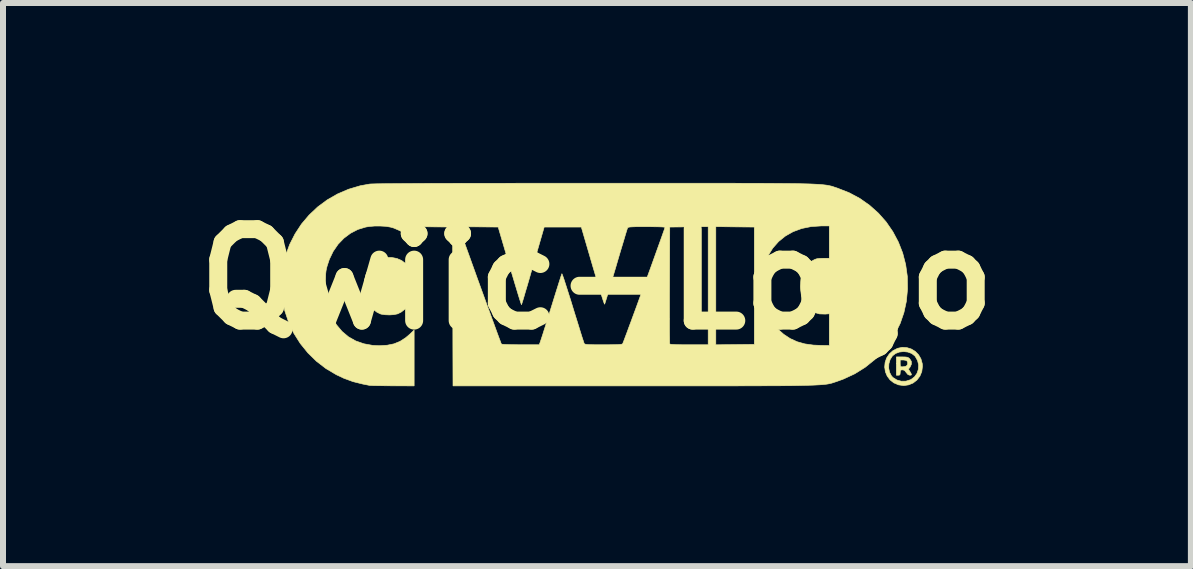
<source format=kicad_pcb>
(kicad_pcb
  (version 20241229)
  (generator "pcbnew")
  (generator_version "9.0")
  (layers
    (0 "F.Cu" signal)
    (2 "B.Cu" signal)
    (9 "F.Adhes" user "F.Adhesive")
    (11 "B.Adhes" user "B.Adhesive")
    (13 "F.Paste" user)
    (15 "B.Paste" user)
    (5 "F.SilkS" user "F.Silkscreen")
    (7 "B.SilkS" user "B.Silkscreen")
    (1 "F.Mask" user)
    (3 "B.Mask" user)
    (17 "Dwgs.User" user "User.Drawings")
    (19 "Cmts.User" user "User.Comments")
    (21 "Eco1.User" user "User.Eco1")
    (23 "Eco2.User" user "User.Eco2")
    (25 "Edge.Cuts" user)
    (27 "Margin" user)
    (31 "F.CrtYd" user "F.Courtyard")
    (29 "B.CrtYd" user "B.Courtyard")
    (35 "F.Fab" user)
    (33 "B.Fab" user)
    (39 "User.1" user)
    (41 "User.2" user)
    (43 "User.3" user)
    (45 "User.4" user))
  (footprint "Qwiic-Logo"
    (layer "F.Cu")
    (at 6.902 1.605)
    (property "Reference" "Qwiic-Logo" (at 0 0 0) (layer "F.SilkS") (effects (font (size 1.524 1.524) (thickness 0.3))))
    (attr through_hole)
    (fp_poly (pts (xy -3.335 -0.346) (xy -3.254 -0.31) (xy -3.186 -0.258) (xy -3.176 -0.247) (xy -3.118 -0.162) (xy -3.077 -0.063) (xy -3.055 0.044) (xy -3.052 0.156) (xy -3.068 0.266) (xy -3.104 0.371) (xy -3.106 0.375) (xy -3.146 0.439) (xy -3.202 0.499) (xy -3.265 0.548) (xy -3.323 0.577) (xy -3.384 0.59) (xy -3.457 0.595) (xy -3.532 0.592) (xy -3.598 0.582) (xy -3.615 0.576) (xy -3.671 0.548) (xy -3.729 0.503) (xy -3.781 0.45) (xy -3.816 0.402) (xy -3.856 0.312) (xy -3.879 0.214) (xy -3.884 0.112) (xy -3.874 0.01) (xy -3.848 -0.087) (xy -3.807 -0.175) (xy -3.754 -0.249) (xy -3.688 -0.304) (xy -3.606 -0.343) (xy -3.516 -0.363) (xy -3.424 -0.363) (xy -3.335 -0.346)) (stroke (width 0.01) (type solid)) (fill yes) (layer "F.SilkS"))
    (fp_poly (pts (xy 5.138 1.296) (xy 5.171 1.3) (xy 5.193 1.309) (xy 5.212 1.325) (xy 5.214 1.327) (xy 5.24 1.368) (xy 5.242 1.415) (xy 5.221 1.462) (xy 5.219 1.465) (xy 5.192 1.499) (xy 5.219 1.541) (xy 5.238 1.575) (xy 5.243 1.593) (xy 5.233 1.599) (xy 5.214 1.6) (xy 5.185 1.59) (xy 5.157 1.557) (xy 5.156 1.556) (xy 5.132 1.525) (xy 5.106 1.512) (xy 5.092 1.511) (xy 5.067 1.514) (xy 5.057 1.527) (xy 5.055 1.556) (xy 5.052 1.586) (xy 5.042 1.598) (xy 5.023 1.6) (xy 4.991 1.6) (xy 4.991 1.346) (xy 5.055 1.346) (xy 5.055 1.403) (xy 5.056 1.438) (xy 5.062 1.455) (xy 5.078 1.46) (xy 5.094 1.46) (xy 5.13 1.456) (xy 5.157 1.447) (xy 5.177 1.424) (xy 5.181 1.392) (xy 5.168 1.363) (xy 5.166 1.361) (xy 5.144 1.351) (xy 5.11 1.346) (xy 5.103 1.346) (xy 5.055 1.346) (xy 4.991 1.346) (xy 4.991 1.295) (xy 5.087 1.295) (xy 5.138 1.296)) (stroke (width 0.01) (type solid)) (fill yes) (layer "F.SilkS"))
    (fp_poly (pts (xy 5.166 1.14) (xy 5.24 1.163) (xy 5.306 1.203) (xy 5.361 1.259) (xy 5.401 1.328) (xy 5.423 1.408) (xy 5.426 1.452) (xy 5.415 1.539) (xy 5.383 1.616) (xy 5.333 1.681) (xy 5.27 1.73) (xy 5.195 1.761) (xy 5.114 1.773) (xy 5.028 1.761) (xy 5.027 1.761) (xy 4.948 1.727) (xy 4.885 1.677) (xy 4.838 1.614) (xy 4.808 1.543) (xy 4.799 1.482) (xy 4.863 1.482) (xy 4.878 1.552) (xy 4.91 1.613) (xy 4.936 1.64) (xy 5 1.68) (xy 5.074 1.7) (xy 5.151 1.699) (xy 5.225 1.676) (xy 5.234 1.672) (xy 5.293 1.628) (xy 5.335 1.569) (xy 5.358 1.501) (xy 5.362 1.429) (xy 5.345 1.357) (xy 5.308 1.291) (xy 5.298 1.278) (xy 5.247 1.238) (xy 5.183 1.214) (xy 5.112 1.206) (xy 5.041 1.214) (xy 4.977 1.238) (xy 4.926 1.278) (xy 4.926 1.278) (xy 4.887 1.339) (xy 4.866 1.41) (xy 4.863 1.482) (xy 4.799 1.482) (xy 4.796 1.466) (xy 4.803 1.389) (xy 4.828 1.314) (xy 4.873 1.246) (xy 4.934 1.191) (xy 5.01 1.152) (xy 5.088 1.135) (xy 5.166 1.14)) (stroke (width 0.01) (type solid)) (fill yes) (layer "F.SilkS"))
    (fp_poly (pts (xy 1.561 -1.6) (xy 1.815 -1.6) (xy 2.05 -1.6) (xy 2.265 -1.6) (xy 2.462 -1.599) (xy 2.641 -1.599) (xy 2.804 -1.598) (xy 2.952 -1.597) (xy 3.085 -1.596) (xy 3.204 -1.595) (xy 3.31 -1.594) (xy 3.404 -1.592) (xy 3.487 -1.59) (xy 3.56 -1.588) (xy 3.624 -1.585) (xy 3.679 -1.582) (xy 3.727 -1.579) (xy 3.769 -1.575) (xy 3.804 -1.571) (xy 3.835 -1.567) (xy 3.862 -1.562) (xy 3.885 -1.557) (xy 3.907 -1.552) (xy 3.928 -1.546) (xy 3.948 -1.539) (xy 3.968 -1.532) (xy 3.99 -1.525) (xy 4.013 -1.517) (xy 4.204 -1.442) (xy 4.382 -1.347) (xy 4.544 -1.233) (xy 4.691 -1.102) (xy 4.821 -0.955) (xy 4.932 -0.794) (xy 5.024 -0.621) (xy 5.096 -0.438) (xy 5.146 -0.245) (xy 5.174 -0.045) (xy 5.177 0.161) (xy 5.177 0.165) (xy 5.158 0.367) (xy 5.117 0.556) (xy 5.055 0.736) (xy 4.969 0.911) (xy 4.896 1.029) (xy 4.772 1.193) (xy 4.63 1.34) (xy 4.471 1.468) (xy 4.298 1.576) (xy 4.111 1.663) (xy 4.024 1.695) (xy 3.998 1.704) (xy 3.975 1.712) (xy 3.953 1.719) (xy 3.932 1.726) (xy 3.91 1.733) (xy 3.886 1.738) (xy 3.86 1.744) (xy 3.831 1.749) (xy 3.796 1.753) (xy 3.757 1.757) (xy 3.711 1.76) (xy 3.657 1.763) (xy 3.595 1.766) (xy 3.523 1.768) (xy 3.441 1.77) (xy 3.348 1.772) (xy 3.242 1.774) (xy 3.122 1.775) (xy 2.989 1.776) (xy 2.839 1.776) (xy 2.674 1.777) (xy 2.49 1.777) (xy 2.289 1.778) (xy 2.068 1.778) (xy 1.826 1.778) (xy 1.564 1.778) (xy 1.278 1.778) (xy 0.97 1.778) (xy 0.637 1.778) (xy 0.626 1.778) (xy -2.4 1.778) (xy -2.402 1.093) (xy 1.981 1.093) (xy 2.623 1.086) (xy 2.623 0.125) (xy 2.738 0.125) (xy 2.742 0.234) (xy 2.753 0.333) (xy 2.767 0.4) (xy 2.811 0.533) (xy 2.869 0.65) (xy 2.944 0.755) (xy 3.009 0.826) (xy 3.113 0.918) (xy 3.221 0.989) (xy 3.337 1.042) (xy 3.465 1.078) (xy 3.608 1.098) (xy 3.731 1.103) (xy 3.873 1.105) (xy 3.873 0.576) (xy 3.805 0.581) (xy 3.709 0.578) (xy 3.622 0.553) (xy 3.547 0.507) (xy 3.485 0.442) (xy 3.437 0.359) (xy 3.406 0.26) (xy 3.392 0.148) (xy 3.391 0.114) (xy 3.4 -0.006) (xy 3.427 -0.11) (xy 3.472 -0.198) (xy 3.534 -0.268) (xy 3.595 -0.311) (xy 3.634 -0.331) (xy 3.668 -0.342) (xy 3.707 -0.347) (xy 3.762 -0.349) (xy 3.769 -0.349) (xy 3.873 -0.349) (xy 3.873 -0.889) (xy 3.741 -0.889) (xy 3.571 -0.878) (xy 3.414 -0.846) (xy 3.27 -0.793) (xy 3.142 -0.721) (xy 3.028 -0.629) (xy 2.931 -0.519) (xy 2.851 -0.39) (xy 2.789 -0.245) (xy 2.767 -0.171) (xy 2.751 -0.086) (xy 2.741 0.016) (xy 2.738 0.125) (xy 2.623 0.125) (xy 2.623 -0.87) (xy 2.302 -0.873) (xy 1.981 -0.877) (xy 1.981 1.093) (xy -2.402 1.093) (xy -2.403 0.454) (xy -2.407 -0.864) (xy -2.299 -0.864) (xy -2.294 -0.85) (xy -2.282 -0.815) (xy -2.263 -0.761) (xy -2.237 -0.689) (xy -2.206 -0.602) (xy -2.17 -0.502) (xy -2.13 -0.391) (xy -2.087 -0.271) (xy -2.042 -0.146) (xy -1.995 -0.015) (xy -1.947 0.117) (xy -1.899 0.249) (xy -1.852 0.378) (xy -1.806 0.503) (xy -1.763 0.622) (xy -1.723 0.731) (xy -1.687 0.83) (xy -1.656 0.915) (xy -1.63 0.985) (xy -1.61 1.037) (xy -1.598 1.07) (xy -1.593 1.08) (xy -1.579 1.084) (xy -1.542 1.087) (xy -1.485 1.089) (xy -1.411 1.091) (xy -1.324 1.092) (xy -1.275 1.092) (xy -0.964 1.092) (xy -0.947 1.051) (xy -0.94 1.03) (xy -0.926 0.988) (xy -0.906 0.927) (xy -0.882 0.85) (xy -0.853 0.759) (xy -0.821 0.657) (xy -0.787 0.547) (xy -0.761 0.464) (xy -0.726 0.351) (xy -0.693 0.245) (xy -0.663 0.15) (xy -0.637 0.067) (xy -0.615 -0.002) (xy -0.599 -0.052) (xy -0.588 -0.083) (xy -0.585 -0.092) (xy -0.58 -0.082) (xy -0.568 -0.05) (xy -0.55 0.001) (xy -0.528 0.07) (xy -0.501 0.154) (xy -0.47 0.251) (xy -0.436 0.358) (xy -0.401 0.473) (xy -0.401 0.473) (xy -0.365 0.59) (xy -0.331 0.699) (xy -0.3 0.799) (xy -0.273 0.887) (xy -0.25 0.961) (xy -0.231 1.018) (xy -0.219 1.055) (xy -0.214 1.07) (xy -0.208 1.077) (xy -0.198 1.082) (xy -0.18 1.086) (xy -0.151 1.089) (xy -0.107 1.091) (xy -0.047 1.092) (xy 0.033 1.092) (xy 0.108 1.092) (xy 0.212 1.092) (xy 0.293 1.091) (xy 0.353 1.089) (xy 0.394 1.086) (xy 0.418 1.082) (xy 0.427 1.077) (xy 0.434 1.061) (xy 0.449 1.023) (xy 0.47 0.967) (xy 0.498 0.893) (xy 0.53 0.805) (xy 0.568 0.704) (xy 0.609 0.592) (xy 0.63 0.535) (xy 1.209 0.535) (xy 1.209 0.662) (xy 1.209 0.776) (xy 1.209 0.874) (xy 1.21 0.955) (xy 1.211 1.017) (xy 1.211 1.058) (xy 1.212 1.076) (xy 1.212 1.076) (xy 1.22 1.082) (xy 1.242 1.086) (xy 1.279 1.088) (xy 1.334 1.091) (xy 1.409 1.092) (xy 1.507 1.092) (xy 1.536 1.092) (xy 1.854 1.092) (xy 1.854 -0.877) (xy 1.534 -0.873) (xy 1.213 -0.87) (xy 1.21 0.095) (xy 1.209 0.25) (xy 1.209 0.397) (xy 1.209 0.535) (xy 0.63 0.535) (xy 0.653 0.473) (xy 0.699 0.346) (xy 0.746 0.216) (xy 0.794 0.084) (xy 0.842 -0.047) (xy 0.889 -0.176) (xy 0.934 -0.301) (xy 0.976 -0.418) (xy 1.015 -0.527) (xy 1.05 -0.624) (xy 1.08 -0.708) (xy 1.104 -0.776) (xy 1.122 -0.827) (xy 1.132 -0.858) (xy 1.134 -0.867) (xy 1.121 -0.869) (xy 1.085 -0.872) (xy 1.031 -0.874) (xy 0.963 -0.875) (xy 0.883 -0.876) (xy 0.825 -0.876) (xy 0.729 -0.876) (xy 0.655 -0.876) (xy 0.601 -0.874) (xy 0.562 -0.872) (xy 0.537 -0.869) (xy 0.522 -0.865) (xy 0.513 -0.859) (xy 0.51 -0.854) (xy 0.504 -0.838) (xy 0.492 -0.8) (xy 0.474 -0.742) (xy 0.452 -0.667) (xy 0.425 -0.577) (xy 0.394 -0.475) (xy 0.361 -0.363) (xy 0.326 -0.244) (xy 0.318 -0.216) (xy 0.282 -0.095) (xy 0.248 0.018) (xy 0.218 0.122) (xy 0.19 0.214) (xy 0.167 0.292) (xy 0.148 0.353) (xy 0.135 0.394) (xy 0.128 0.415) (xy 0.128 0.416) (xy 0.123 0.408) (xy 0.111 0.377) (xy 0.094 0.326) (xy 0.072 0.257) (xy 0.046 0.172) (xy 0.016 0.074) (xy -0.017 -0.036) (xy -0.052 -0.155) (xy -0.071 -0.219) (xy -0.261 -0.87) (xy -0.88 -0.87) (xy -1.066 -0.226) (xy -1.102 -0.103) (xy -1.135 0.013) (xy -1.166 0.119) (xy -1.194 0.212) (xy -1.217 0.292) (xy -1.236 0.355) (xy -1.25 0.399) (xy -1.257 0.421) (xy -1.258 0.424) (xy -1.263 0.414) (xy -1.274 0.381) (xy -1.291 0.328) (xy -1.313 0.257) (xy -1.339 0.171) (xy -1.369 0.072) (xy -1.402 -0.039) (xy -1.438 -0.158) (xy -1.456 -0.22) (xy -1.647 -0.87) (xy -1.973 -0.873) (xy -2.086 -0.874) (xy -2.175 -0.873) (xy -2.241 -0.872) (xy -2.282 -0.869) (xy -2.298 -0.865) (xy -2.299 -0.864) (xy -2.407 -0.864) (xy -2.407 -0.87) (xy -2.727 -0.873) (xy -3.048 -0.877) (xy -3.048 -0.625) (xy -3.116 -0.69) (xy -3.194 -0.754) (xy -3.288 -0.81) (xy -3.387 -0.853) (xy -3.443 -0.869) (xy -3.52 -0.882) (xy -3.611 -0.887) (xy -3.707 -0.887) (xy -3.799 -0.879) (xy -3.854 -0.87) (xy -3.986 -0.83) (xy -4.108 -0.767) (xy -4.219 -0.684) (xy -4.316 -0.583) (xy -4.398 -0.464) (xy -4.462 -0.331) (xy -4.498 -0.222) (xy -4.509 -0.18) (xy -4.517 -0.138) (xy -4.522 -0.092) (xy -4.524 -0.037) (xy -4.526 0.035) (xy -4.526 0.102) (xy -4.524 0.214) (xy -4.518 0.308) (xy -4.507 0.389) (xy -4.489 0.462) (xy -4.463 0.535) (xy -4.428 0.613) (xy -4.42 0.629) (xy -4.343 0.759) (xy -4.25 0.87) (xy -4.143 0.96) (xy -4.021 1.029) (xy -3.886 1.076) (xy -3.738 1.103) (xy -3.626 1.108) (xy -3.497 1.1) (xy -3.384 1.077) (xy -3.283 1.036) (xy -3.189 0.975) (xy -3.121 0.917) (xy -3.048 0.847) (xy -3.048 1.778) (xy -3.407 1.777) (xy -3.501 1.776) (xy -3.588 1.775) (xy -3.663 1.774) (xy -3.725 1.773) (xy -3.768 1.771) (xy -3.79 1.77) (xy -3.791 1.77) (xy -3.815 1.765) (xy -3.856 1.757) (xy -3.906 1.747) (xy -3.914 1.745) (xy -4.067 1.707) (xy -4.22 1.651) (xy -4.343 1.593) (xy -4.517 1.49) (xy -4.677 1.367) (xy -4.82 1.227) (xy -4.946 1.071) (xy -5.053 0.902) (xy -5.139 0.721) (xy -5.203 0.53) (xy -5.239 0.365) (xy -5.251 0.263) (xy -5.256 0.146) (xy -5.256 0.024) (xy -5.25 -0.092) (xy -5.238 -0.191) (xy -5.192 -0.39) (xy -5.124 -0.578) (xy -5.034 -0.755) (xy -4.926 -0.92) (xy -4.799 -1.07) (xy -4.656 -1.205) (xy -4.498 -1.322) (xy -4.326 -1.421) (xy -4.142 -1.5) (xy -3.947 -1.558) (xy -3.793 -1.586) (xy -3.772 -1.588) (xy -3.731 -1.589) (xy -3.671 -1.591) (xy -3.591 -1.592) (xy -3.491 -1.593) (xy -3.369 -1.594) (xy -3.227 -1.595) (xy -3.063 -1.596) (xy -2.877 -1.597) (xy -2.669 -1.598) (xy -2.438 -1.598) (xy -2.184 -1.599) (xy -1.908 -1.599) (xy -1.608 -1.599) (xy -1.283 -1.6) (xy -0.935 -1.6) (xy -0.562 -1.6) (xy -0.164 -1.6) (xy -0.042 -1.6) (xy 0.326 -1.6) (xy 0.669 -1.6) (xy 0.989 -1.6) (xy 1.286 -1.6) (xy 1.561 -1.6)) (stroke (width 0.01) (type solid)) (fill yes) (layer "F.SilkS")))
  (gr_rect
    (start -3 -3)
    (end 16.803 6.388)
    (stroke (width 0.1) (type default))
    (fill no)
    (layer "Edge.Cuts")))
</source>
